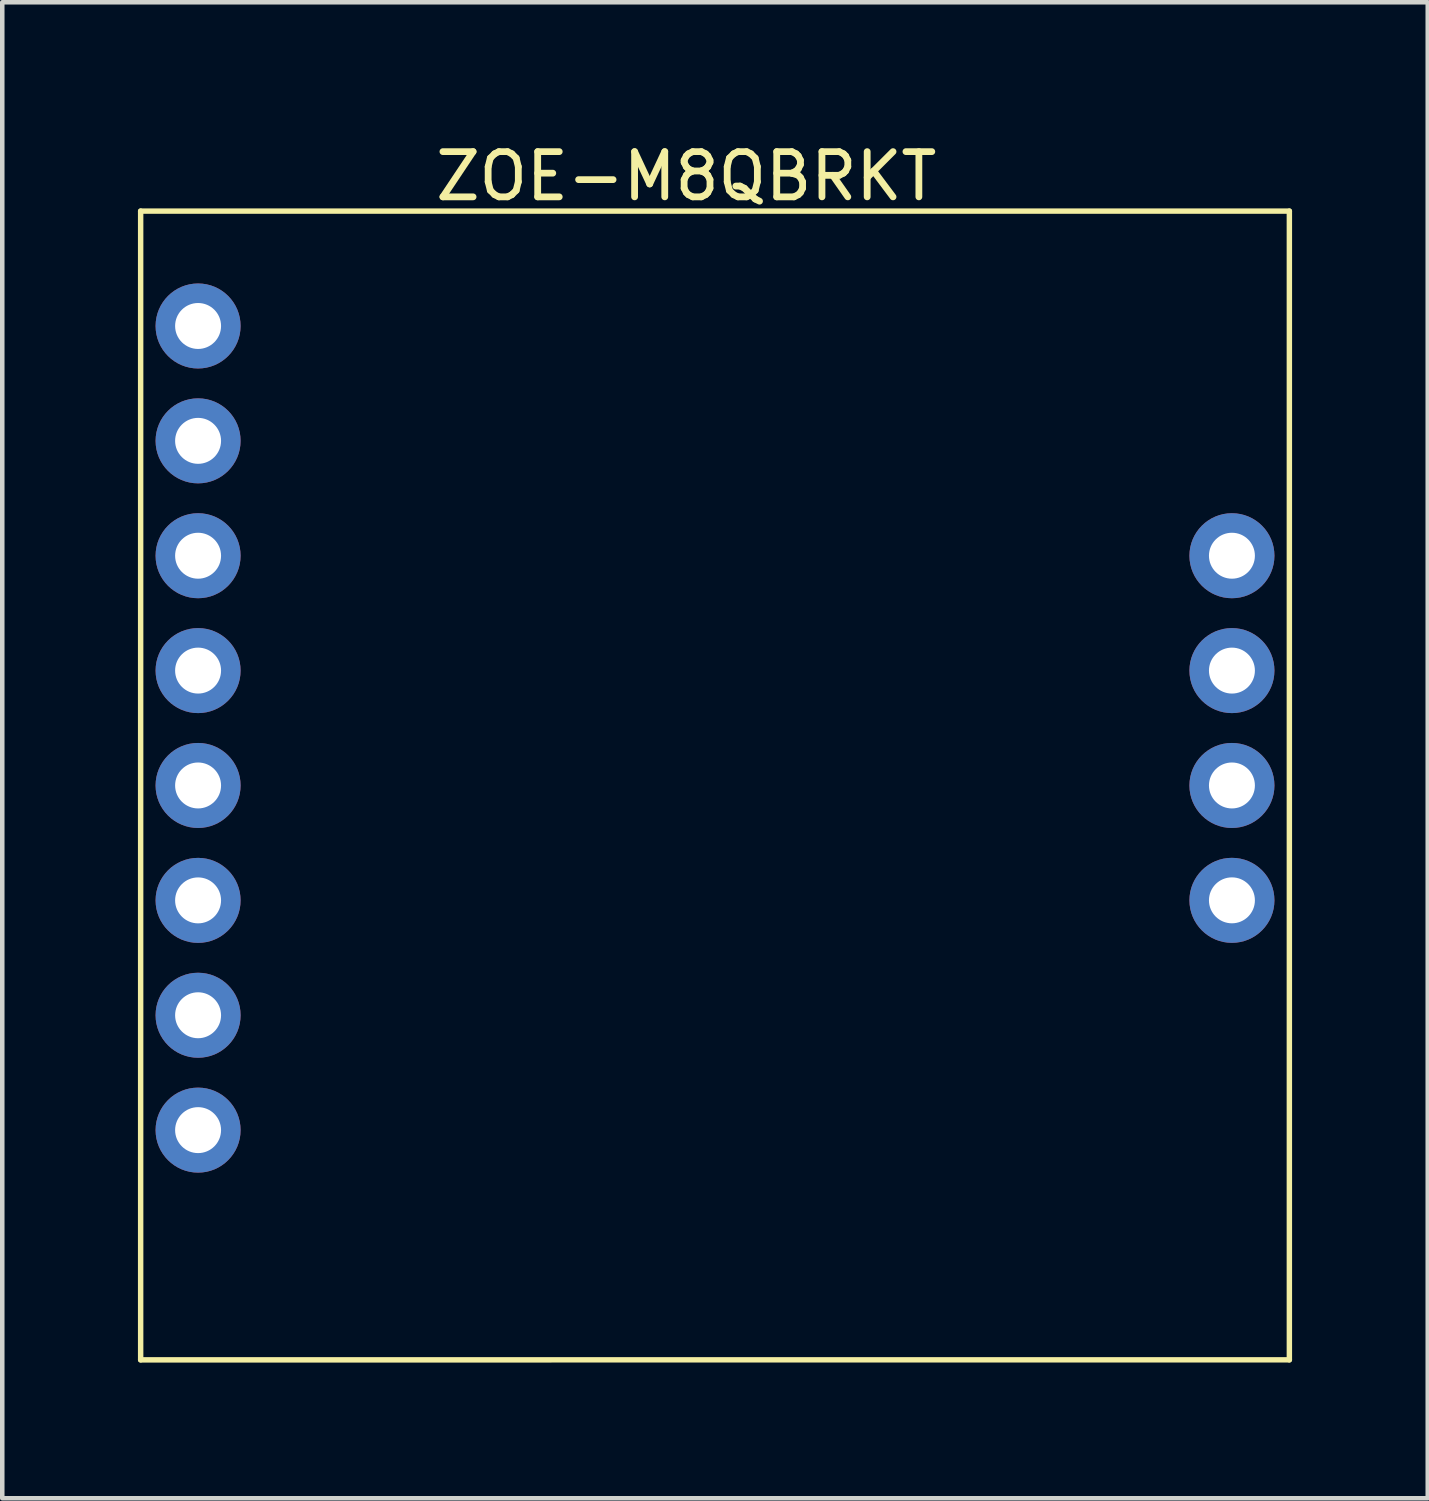
<source format=kicad_pcb>
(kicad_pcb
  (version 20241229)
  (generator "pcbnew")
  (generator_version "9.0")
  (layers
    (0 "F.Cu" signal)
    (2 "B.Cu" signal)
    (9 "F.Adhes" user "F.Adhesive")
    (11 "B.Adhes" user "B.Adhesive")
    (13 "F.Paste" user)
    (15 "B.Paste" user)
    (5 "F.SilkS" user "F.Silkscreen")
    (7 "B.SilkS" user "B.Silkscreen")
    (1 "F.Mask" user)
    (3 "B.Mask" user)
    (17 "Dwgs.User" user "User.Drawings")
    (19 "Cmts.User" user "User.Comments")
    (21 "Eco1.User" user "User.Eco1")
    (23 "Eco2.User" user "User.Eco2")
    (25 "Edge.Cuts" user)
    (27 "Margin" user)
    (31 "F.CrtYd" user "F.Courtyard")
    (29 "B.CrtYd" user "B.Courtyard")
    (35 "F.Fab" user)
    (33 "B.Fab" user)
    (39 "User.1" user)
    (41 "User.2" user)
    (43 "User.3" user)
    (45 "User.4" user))
  (footprint "ZOE-M8QBRKT"
    (layer "F.Cu")
    (at 8.315 0.348)
    (property "Reference" "ZOE-M8QBRKT" (at 3.81 0.5 0) (layer "F.SilkS") (effects (font (size 1 1) (thickness 0.15))))
    (attr through_hole)
    (fp_line (start -8.255 1.27) (end 17.145 1.27) (stroke (width 0.12) (type solid)) (layer "F.SilkS"))
    (fp_line (start -8.255 26.67) (end -8.255 1.27) (stroke (width 0.12) (type solid)) (layer "F.SilkS"))
    (fp_line (start 17.145 1.27) (end 17.145 26.67) (stroke (width 0.12) (type solid)) (layer "F.SilkS"))
    (fp_line (start 17.145 26.67) (end -8.255 26.671) (stroke (width 0.12) (type solid)) (layer "F.SilkS"))
    (pad "1" thru_hole circle (at -6.985 3.81) (size 1.88 1.88) (drill 1.016) (layers "*.Cu" "*.Mask"))
    (pad "2" thru_hole circle (at -6.985 6.35) (size 1.88 1.88) (drill 1.016) (layers "*.Cu" "*.Mask"))
    (pad "3" thru_hole circle (at -6.985 8.89) (size 1.88 1.88) (drill 1.016) (layers "*.Cu" "*.Mask"))
    (pad "4" thru_hole circle (at -6.985 11.43) (size 1.88 1.88) (drill 1.016) (layers "*.Cu" "*.Mask"))
    (pad "5" thru_hole circle (at -6.985 13.97) (size 1.88 1.88) (drill 1.016) (layers "*.Cu" "*.Mask"))
    (pad "6" thru_hole circle (at -6.985 16.511) (size 1.88 1.88) (drill 1.016) (layers "*.Cu" "*.Mask"))
    (pad "7" thru_hole circle (at -6.985 19.051) (size 1.88 1.88) (drill 1.016) (layers "*.Cu" "*.Mask"))
    (pad "8" thru_hole circle (at -6.985 21.591) (size 1.88 1.88) (drill 1.016) (layers "*.Cu" "*.Mask"))
    (pad "9" thru_hole circle (at 15.875 8.89) (size 1.88 1.88) (drill 1.016) (layers "*.Cu" "*.Mask"))
    (pad "10" thru_hole circle (at 15.875 11.43) (size 1.88 1.88) (drill 1.016) (layers "*.Cu" "*.Mask"))
    (pad "11" thru_hole circle (at 15.875 13.97) (size 1.88 1.88) (drill 1.016) (layers "*.Cu" "*.Mask"))
    (pad "12" thru_hole circle (at 15.875 16.51) (size 1.88 1.88) (drill 1.016) (layers "*.Cu" "*.Mask")))
  (gr_rect
    (start -3 -3)
    (end 28.52 30.079)
    (stroke (width 0.1) (type default))
    (fill no)
    (layer "Edge.Cuts")))
</source>
